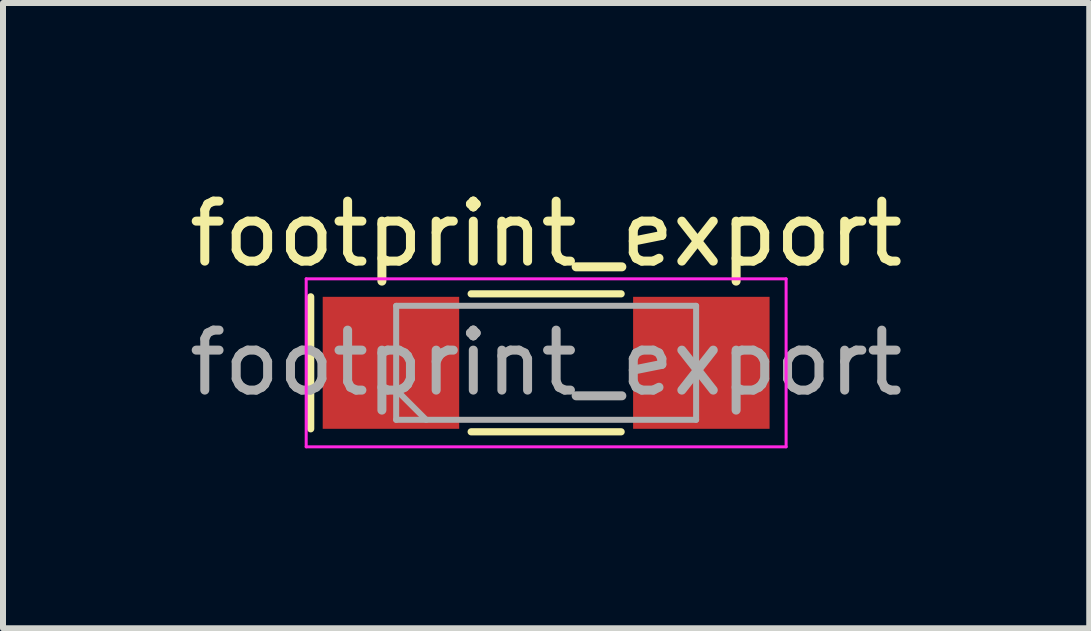
<source format=kicad_pcb>
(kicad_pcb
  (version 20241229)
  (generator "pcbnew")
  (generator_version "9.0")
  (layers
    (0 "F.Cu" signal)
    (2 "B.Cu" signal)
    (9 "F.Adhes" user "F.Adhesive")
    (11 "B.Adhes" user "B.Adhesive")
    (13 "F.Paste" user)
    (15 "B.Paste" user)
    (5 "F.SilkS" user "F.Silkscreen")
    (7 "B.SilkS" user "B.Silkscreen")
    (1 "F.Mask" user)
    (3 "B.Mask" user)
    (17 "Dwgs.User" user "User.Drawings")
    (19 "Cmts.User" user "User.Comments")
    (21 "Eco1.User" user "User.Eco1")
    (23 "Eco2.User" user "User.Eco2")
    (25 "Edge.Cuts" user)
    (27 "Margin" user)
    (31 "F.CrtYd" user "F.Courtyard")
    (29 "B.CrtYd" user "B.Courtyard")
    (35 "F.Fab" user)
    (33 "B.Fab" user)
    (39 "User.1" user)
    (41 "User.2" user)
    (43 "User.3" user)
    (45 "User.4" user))
  (footprint "footprint_export"
    (layer "F.Cu")
    (at 6.054 2.998)
    (property "Reference" "footprint_export" (at 0 -2.15 0) (layer "F.SilkS") (effects (font (size 1 1) (thickness 0.15))))
    (attr smd)
    (fp_line (start -3.925 -1.1) (end -3.925 1.1) (stroke (width 0.12) (type solid)) (layer "F.SilkS"))
    (fp_line (start -1.25 -1.15) (end 1.25 -1.15) (stroke (width 0.12) (type solid)) (layer "F.SilkS"))
    (fp_line (start -1.25 1.15) (end 1.25 1.15) (stroke (width 0.12) (type solid)) (layer "F.SilkS"))
    (fp_line (start -4 -1.4) (end -4 1.4) (stroke (width 0.05) (type solid)) (layer "F.CrtYd"))
    (fp_line (start -4 1.4) (end 4 1.4) (stroke (width 0.05) (type solid)) (layer "F.CrtYd"))
    (fp_line (start 4 -1.4) (end -4 -1.4) (stroke (width 0.05) (type solid)) (layer "F.CrtYd"))
    (fp_line (start 4 1.4) (end 4 -1.4) (stroke (width 0.05) (type solid)) (layer "F.CrtYd"))
    (fp_line (start -2.5 -0.95) (end -2.5 0.95) (stroke (width 0.1) (type solid)) (layer "F.Fab"))
    (fp_line (start -2.5 0.45) (end -2 0.95) (stroke (width 0.1) (type solid)) (layer "F.Fab"))
    (fp_line (start -2.5 0.95) (end 2.5 0.95) (stroke (width 0.1) (type solid)) (layer "F.Fab"))
    (fp_line (start 2.5 -0.95) (end -2.5 -0.95) (stroke (width 0.1) (type solid)) (layer "F.Fab"))
    (fp_line (start 2.5 0.95) (end 2.5 -0.95) (stroke (width 0.1) (type solid)) (layer "F.Fab"))
    (fp_text user "${REFERENCE}" (at 0 0 0) (layer "F.Fab") (effects (font (size 1 1) (thickness 0.15))))
    (pad "1" smd rect (at -2.587 0) (size 2.275 2.2) (layers "F.Cu" "F.Mask" "F.Paste"))
    (pad "2" smd rect (at 2.587 0) (size 2.275 2.2) (layers "F.Cu" "F.Mask" "F.Paste")))
  (gr_rect
    (start -3 -3)
    (end 15.107 7.423)
    (stroke (width 0.1) (type default))
    (fill no)
    (layer "Edge.Cuts")))
</source>
